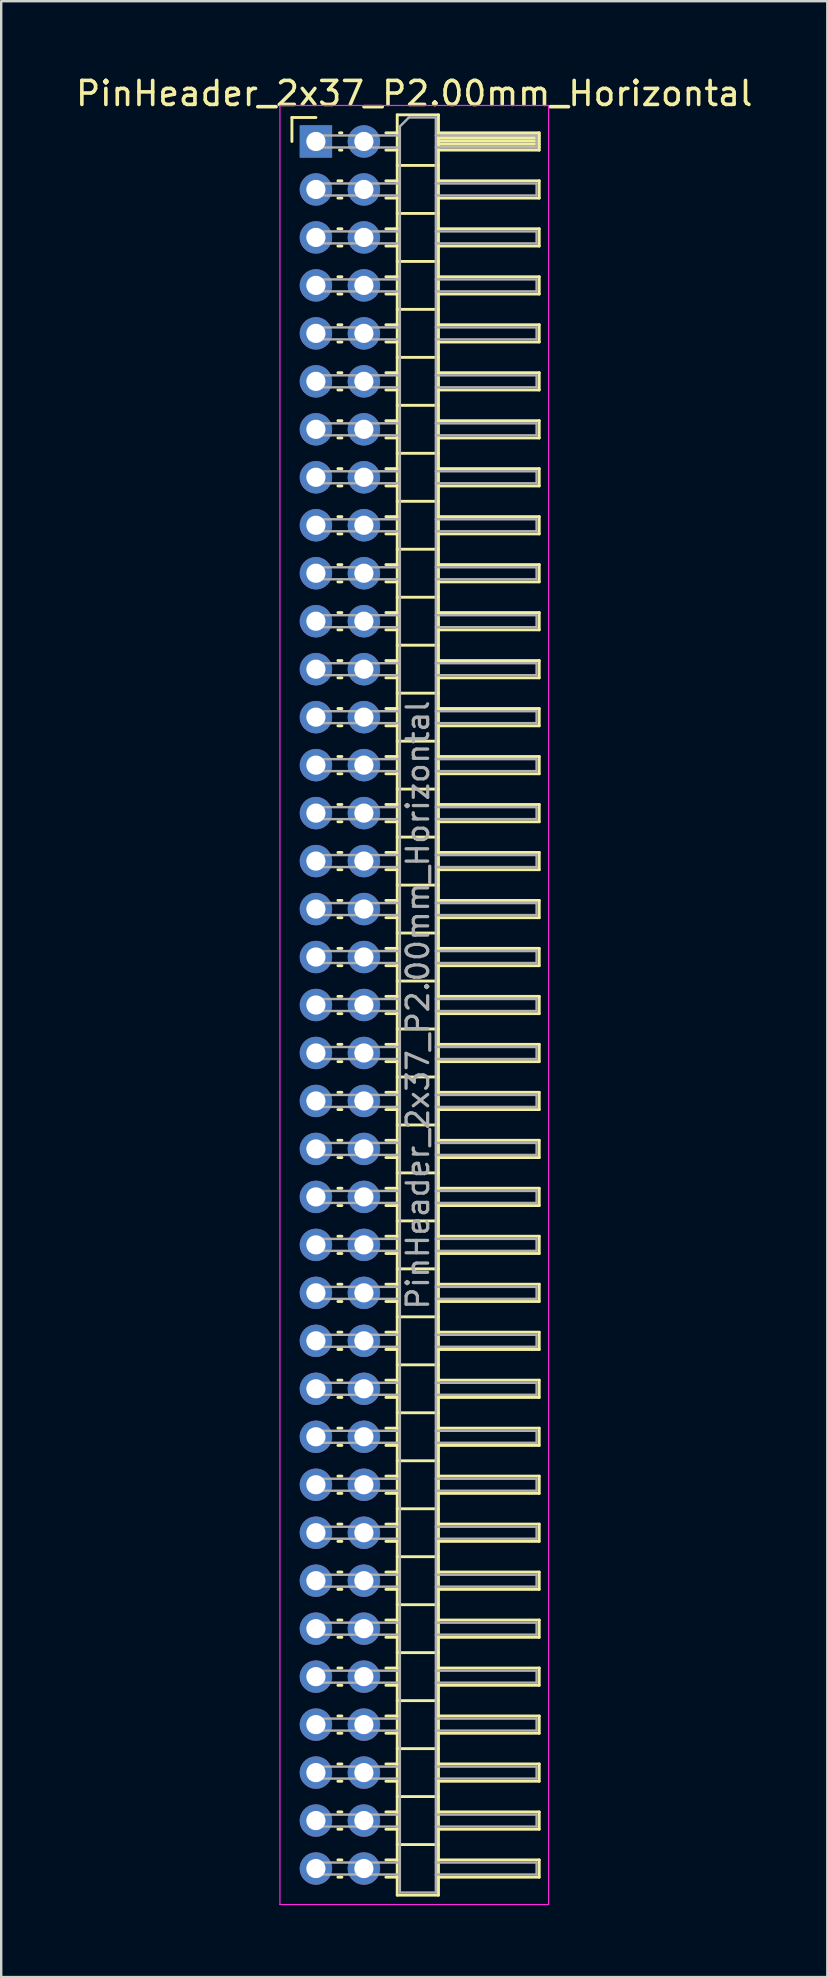
<source format=kicad_pcb>
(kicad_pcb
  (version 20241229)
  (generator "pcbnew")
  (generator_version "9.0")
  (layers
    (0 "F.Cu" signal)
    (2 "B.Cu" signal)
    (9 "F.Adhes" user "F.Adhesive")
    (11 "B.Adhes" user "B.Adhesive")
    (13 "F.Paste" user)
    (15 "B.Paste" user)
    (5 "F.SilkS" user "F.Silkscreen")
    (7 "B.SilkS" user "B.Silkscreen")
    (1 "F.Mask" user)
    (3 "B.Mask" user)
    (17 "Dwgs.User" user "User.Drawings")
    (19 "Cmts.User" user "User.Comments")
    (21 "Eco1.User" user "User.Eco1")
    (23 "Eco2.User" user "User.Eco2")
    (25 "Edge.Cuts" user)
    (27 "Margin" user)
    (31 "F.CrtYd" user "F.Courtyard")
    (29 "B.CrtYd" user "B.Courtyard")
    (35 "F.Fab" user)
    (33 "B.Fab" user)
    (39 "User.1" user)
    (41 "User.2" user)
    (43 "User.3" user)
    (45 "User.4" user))
  (footprint "PinHeader_2x37_P2.00mm_Horizontal"
    (layer "F.Cu")
    (at 10.12 2.848)
    (property "Reference" "PinHeader_2x37_P2.00mm_Horizontal" (at 4.1 -2 0) (layer "F.SilkS") (effects (font (size 1 1) (thickness 0.15))))
    (attr through_hole)
    (fp_line (start -1 -1) (end 0 -1) (stroke (width 0.12) (type solid)) (layer "F.SilkS"))
    (fp_line (start -1 0) (end -1 -1) (stroke (width 0.12) (type solid)) (layer "F.SilkS"))
    (fp_line (start 0.917 1.64) (end 1.083 1.64) (stroke (width 0.12) (type solid)) (layer "F.SilkS"))
    (fp_line (start 0.917 2.36) (end 1.083 2.36) (stroke (width 0.12) (type solid)) (layer "F.SilkS"))
    (fp_line (start 0.917 3.64) (end 1.083 3.64) (stroke (width 0.12) (type solid)) (layer "F.SilkS"))
    (fp_line (start 0.917 4.36) (end 1.083 4.36) (stroke (width 0.12) (type solid)) (layer "F.SilkS"))
    (fp_line (start 0.917 5.64) (end 1.083 5.64) (stroke (width 0.12) (type solid)) (layer "F.SilkS"))
    (fp_line (start 0.917 6.36) (end 1.083 6.36) (stroke (width 0.12) (type solid)) (layer "F.SilkS"))
    (fp_line (start 0.917 7.64) (end 1.083 7.64) (stroke (width 0.12) (type solid)) (layer "F.SilkS"))
    (fp_line (start 0.917 8.36) (end 1.083 8.36) (stroke (width 0.12) (type solid)) (layer "F.SilkS"))
    (fp_line (start 0.917 9.64) (end 1.083 9.64) (stroke (width 0.12) (type solid)) (layer "F.SilkS"))
    (fp_line (start 0.917 10.36) (end 1.083 10.36) (stroke (width 0.12) (type solid)) (layer "F.SilkS"))
    (fp_line (start 0.917 11.64) (end 1.083 11.64) (stroke (width 0.12) (type solid)) (layer "F.SilkS"))
    (fp_line (start 0.917 12.36) (end 1.083 12.36) (stroke (width 0.12) (type solid)) (layer "F.SilkS"))
    (fp_line (start 0.917 13.64) (end 1.083 13.64) (stroke (width 0.12) (type solid)) (layer "F.SilkS"))
    (fp_line (start 0.917 14.36) (end 1.083 14.36) (stroke (width 0.12) (type solid)) (layer "F.SilkS"))
    (fp_line (start 0.917 15.64) (end 1.083 15.64) (stroke (width 0.12) (type solid)) (layer "F.SilkS"))
    (fp_line (start 0.917 16.36) (end 1.083 16.36) (stroke (width 0.12) (type solid)) (layer "F.SilkS"))
    (fp_line (start 0.917 17.64) (end 1.083 17.64) (stroke (width 0.12) (type solid)) (layer "F.SilkS"))
    (fp_line (start 0.917 18.36) (end 1.083 18.36) (stroke (width 0.12) (type solid)) (layer "F.SilkS"))
    (fp_line (start 0.917 19.64) (end 1.083 19.64) (stroke (width 0.12) (type solid)) (layer "F.SilkS"))
    (fp_line (start 0.917 20.36) (end 1.083 20.36) (stroke (width 0.12) (type solid)) (layer "F.SilkS"))
    (fp_line (start 0.917 21.64) (end 1.083 21.64) (stroke (width 0.12) (type solid)) (layer "F.SilkS"))
    (fp_line (start 0.917 22.36) (end 1.083 22.36) (stroke (width 0.12) (type solid)) (layer "F.SilkS"))
    (fp_line (start 0.917 23.64) (end 1.083 23.64) (stroke (width 0.12) (type solid)) (layer "F.SilkS"))
    (fp_line (start 0.917 24.36) (end 1.083 24.36) (stroke (width 0.12) (type solid)) (layer "F.SilkS"))
    (fp_line (start 0.917 25.64) (end 1.083 25.64) (stroke (width 0.12) (type solid)) (layer "F.SilkS"))
    (fp_line (start 0.917 26.36) (end 1.083 26.36) (stroke (width 0.12) (type solid)) (layer "F.SilkS"))
    (fp_line (start 0.917 27.64) (end 1.083 27.64) (stroke (width 0.12) (type solid)) (layer "F.SilkS"))
    (fp_line (start 0.917 28.36) (end 1.083 28.36) (stroke (width 0.12) (type solid)) (layer "F.SilkS"))
    (fp_line (start 0.917 29.64) (end 1.083 29.64) (stroke (width 0.12) (type solid)) (layer "F.SilkS"))
    (fp_line (start 0.917 30.36) (end 1.083 30.36) (stroke (width 0.12) (type solid)) (layer "F.SilkS"))
    (fp_line (start 0.917 31.64) (end 1.083 31.64) (stroke (width 0.12) (type solid)) (layer "F.SilkS"))
    (fp_line (start 0.917 32.36) (end 1.083 32.36) (stroke (width 0.12) (type solid)) (layer "F.SilkS"))
    (fp_line (start 0.917 33.64) (end 1.083 33.64) (stroke (width 0.12) (type solid)) (layer "F.SilkS"))
    (fp_line (start 0.917 34.36) (end 1.083 34.36) (stroke (width 0.12) (type solid)) (layer "F.SilkS"))
    (fp_line (start 0.917 35.64) (end 1.083 35.64) (stroke (width 0.12) (type solid)) (layer "F.SilkS"))
    (fp_line (start 0.917 36.36) (end 1.083 36.36) (stroke (width 0.12) (type solid)) (layer "F.SilkS"))
    (fp_line (start 0.917 37.64) (end 1.083 37.64) (stroke (width 0.12) (type solid)) (layer "F.SilkS"))
    (fp_line (start 0.917 38.36) (end 1.083 38.36) (stroke (width 0.12) (type solid)) (layer "F.SilkS"))
    (fp_line (start 0.917 39.64) (end 1.083 39.64) (stroke (width 0.12) (type solid)) (layer "F.SilkS"))
    (fp_line (start 0.917 40.36) (end 1.083 40.36) (stroke (width 0.12) (type solid)) (layer "F.SilkS"))
    (fp_line (start 0.917 41.64) (end 1.083 41.64) (stroke (width 0.12) (type solid)) (layer "F.SilkS"))
    (fp_line (start 0.917 42.36) (end 1.083 42.36) (stroke (width 0.12) (type solid)) (layer "F.SilkS"))
    (fp_line (start 0.917 43.64) (end 1.083 43.64) (stroke (width 0.12) (type solid)) (layer "F.SilkS"))
    (fp_line (start 0.917 44.36) (end 1.083 44.36) (stroke (width 0.12) (type solid)) (layer "F.SilkS"))
    (fp_line (start 0.917 45.64) (end 1.083 45.64) (stroke (width 0.12) (type solid)) (layer "F.SilkS"))
    (fp_line (start 0.917 46.36) (end 1.083 46.36) (stroke (width 0.12) (type solid)) (layer "F.SilkS"))
    (fp_line (start 0.917 47.64) (end 1.083 47.64) (stroke (width 0.12) (type solid)) (layer "F.SilkS"))
    (fp_line (start 0.917 48.36) (end 1.083 48.36) (stroke (width 0.12) (type solid)) (layer "F.SilkS"))
    (fp_line (start 0.917 49.64) (end 1.083 49.64) (stroke (width 0.12) (type solid)) (layer "F.SilkS"))
    (fp_line (start 0.917 50.36) (end 1.083 50.36) (stroke (width 0.12) (type solid)) (layer "F.SilkS"))
    (fp_line (start 0.917 51.64) (end 1.083 51.64) (stroke (width 0.12) (type solid)) (layer "F.SilkS"))
    (fp_line (start 0.917 52.36) (end 1.083 52.36) (stroke (width 0.12) (type solid)) (layer "F.SilkS"))
    (fp_line (start 0.917 53.64) (end 1.083 53.64) (stroke (width 0.12) (type solid)) (layer "F.SilkS"))
    (fp_line (start 0.917 54.36) (end 1.083 54.36) (stroke (width 0.12) (type solid)) (layer "F.SilkS"))
    (fp_line (start 0.917 55.64) (end 1.083 55.64) (stroke (width 0.12) (type solid)) (layer "F.SilkS"))
    (fp_line (start 0.917 56.36) (end 1.083 56.36) (stroke (width 0.12) (type solid)) (layer "F.SilkS"))
    (fp_line (start 0.917 57.64) (end 1.083 57.64) (stroke (width 0.12) (type solid)) (layer "F.SilkS"))
    (fp_line (start 0.917 58.36) (end 1.083 58.36) (stroke (width 0.12) (type solid)) (layer "F.SilkS"))
    (fp_line (start 0.917 59.64) (end 1.083 59.64) (stroke (width 0.12) (type solid)) (layer "F.SilkS"))
    (fp_line (start 0.917 60.36) (end 1.083 60.36) (stroke (width 0.12) (type solid)) (layer "F.SilkS"))
    (fp_line (start 0.917 61.64) (end 1.083 61.64) (stroke (width 0.12) (type solid)) (layer "F.SilkS"))
    (fp_line (start 0.917 62.36) (end 1.083 62.36) (stroke (width 0.12) (type solid)) (layer "F.SilkS"))
    (fp_line (start 0.917 63.64) (end 1.083 63.64) (stroke (width 0.12) (type solid)) (layer "F.SilkS"))
    (fp_line (start 0.917 64.36) (end 1.083 64.36) (stroke (width 0.12) (type solid)) (layer "F.SilkS"))
    (fp_line (start 0.917 65.64) (end 1.083 65.64) (stroke (width 0.12) (type solid)) (layer "F.SilkS"))
    (fp_line (start 0.917 66.36) (end 1.083 66.36) (stroke (width 0.12) (type solid)) (layer "F.SilkS"))
    (fp_line (start 0.917 67.64) (end 1.083 67.64) (stroke (width 0.12) (type solid)) (layer "F.SilkS"))
    (fp_line (start 0.917 68.36) (end 1.083 68.36) (stroke (width 0.12) (type solid)) (layer "F.SilkS"))
    (fp_line (start 0.917 69.64) (end 1.083 69.64) (stroke (width 0.12) (type solid)) (layer "F.SilkS"))
    (fp_line (start 0.917 70.36) (end 1.083 70.36) (stroke (width 0.12) (type solid)) (layer "F.SilkS"))
    (fp_line (start 0.917 71.64) (end 1.083 71.64) (stroke (width 0.12) (type solid)) (layer "F.SilkS"))
    (fp_line (start 0.917 72.36) (end 1.083 72.36) (stroke (width 0.12) (type solid)) (layer "F.SilkS"))
    (fp_line (start 0.985 -0.36) (end 1.083 -0.36) (stroke (width 0.12) (type solid)) (layer "F.SilkS"))
    (fp_line (start 0.985 0.36) (end 1.083 0.36) (stroke (width 0.12) (type solid)) (layer "F.SilkS"))
    (fp_line (start 2.917 -0.36) (end 3.39 -0.36) (stroke (width 0.12) (type solid)) (layer "F.SilkS"))
    (fp_line (start 2.917 0.36) (end 3.39 0.36) (stroke (width 0.12) (type solid)) (layer "F.SilkS"))
    (fp_line (start 2.917 1.64) (end 3.39 1.64) (stroke (width 0.12) (type solid)) (layer "F.SilkS"))
    (fp_line (start 2.917 2.36) (end 3.39 2.36) (stroke (width 0.12) (type solid)) (layer "F.SilkS"))
    (fp_line (start 2.917 3.64) (end 3.39 3.64) (stroke (width 0.12) (type solid)) (layer "F.SilkS"))
    (fp_line (start 2.917 4.36) (end 3.39 4.36) (stroke (width 0.12) (type solid)) (layer "F.SilkS"))
    (fp_line (start 2.917 5.64) (end 3.39 5.64) (stroke (width 0.12) (type solid)) (layer "F.SilkS"))
    (fp_line (start 2.917 6.36) (end 3.39 6.36) (stroke (width 0.12) (type solid)) (layer "F.SilkS"))
    (fp_line (start 2.917 7.64) (end 3.39 7.64) (stroke (width 0.12) (type solid)) (layer "F.SilkS"))
    (fp_line (start 2.917 8.36) (end 3.39 8.36) (stroke (width 0.12) (type solid)) (layer "F.SilkS"))
    (fp_line (start 2.917 9.64) (end 3.39 9.64) (stroke (width 0.12) (type solid)) (layer "F.SilkS"))
    (fp_line (start 2.917 10.36) (end 3.39 10.36) (stroke (width 0.12) (type solid)) (layer "F.SilkS"))
    (fp_line (start 2.917 11.64) (end 3.39 11.64) (stroke (width 0.12) (type solid)) (layer "F.SilkS"))
    (fp_line (start 2.917 12.36) (end 3.39 12.36) (stroke (width 0.12) (type solid)) (layer "F.SilkS"))
    (fp_line (start 2.917 13.64) (end 3.39 13.64) (stroke (width 0.12) (type solid)) (layer "F.SilkS"))
    (fp_line (start 2.917 14.36) (end 3.39 14.36) (stroke (width 0.12) (type solid)) (layer "F.SilkS"))
    (fp_line (start 2.917 15.64) (end 3.39 15.64) (stroke (width 0.12) (type solid)) (layer "F.SilkS"))
    (fp_line (start 2.917 16.36) (end 3.39 16.36) (stroke (width 0.12) (type solid)) (layer "F.SilkS"))
    (fp_line (start 2.917 17.64) (end 3.39 17.64) (stroke (width 0.12) (type solid)) (layer "F.SilkS"))
    (fp_line (start 2.917 18.36) (end 3.39 18.36) (stroke (width 0.12) (type solid)) (layer "F.SilkS"))
    (fp_line (start 2.917 19.64) (end 3.39 19.64) (stroke (width 0.12) (type solid)) (layer "F.SilkS"))
    (fp_line (start 2.917 20.36) (end 3.39 20.36) (stroke (width 0.12) (type solid)) (layer "F.SilkS"))
    (fp_line (start 2.917 21.64) (end 3.39 21.64) (stroke (width 0.12) (type solid)) (layer "F.SilkS"))
    (fp_line (start 2.917 22.36) (end 3.39 22.36) (stroke (width 0.12) (type solid)) (layer "F.SilkS"))
    (fp_line (start 2.917 23.64) (end 3.39 23.64) (stroke (width 0.12) (type solid)) (layer "F.SilkS"))
    (fp_line (start 2.917 24.36) (end 3.39 24.36) (stroke (width 0.12) (type solid)) (layer "F.SilkS"))
    (fp_line (start 2.917 25.64) (end 3.39 25.64) (stroke (width 0.12) (type solid)) (layer "F.SilkS"))
    (fp_line (start 2.917 26.36) (end 3.39 26.36) (stroke (width 0.12) (type solid)) (layer "F.SilkS"))
    (fp_line (start 2.917 27.64) (end 3.39 27.64) (stroke (width 0.12) (type solid)) (layer "F.SilkS"))
    (fp_line (start 2.917 28.36) (end 3.39 28.36) (stroke (width 0.12) (type solid)) (layer "F.SilkS"))
    (fp_line (start 2.917 29.64) (end 3.39 29.64) (stroke (width 0.12) (type solid)) (layer "F.SilkS"))
    (fp_line (start 2.917 30.36) (end 3.39 30.36) (stroke (width 0.12) (type solid)) (layer "F.SilkS"))
    (fp_line (start 2.917 31.64) (end 3.39 31.64) (stroke (width 0.12) (type solid)) (layer "F.SilkS"))
    (fp_line (start 2.917 32.36) (end 3.39 32.36) (stroke (width 0.12) (type solid)) (layer "F.SilkS"))
    (fp_line (start 2.917 33.64) (end 3.39 33.64) (stroke (width 0.12) (type solid)) (layer "F.SilkS"))
    (fp_line (start 2.917 34.36) (end 3.39 34.36) (stroke (width 0.12) (type solid)) (layer "F.SilkS"))
    (fp_line (start 2.917 35.64) (end 3.39 35.64) (stroke (width 0.12) (type solid)) (layer "F.SilkS"))
    (fp_line (start 2.917 36.36) (end 3.39 36.36) (stroke (width 0.12) (type solid)) (layer "F.SilkS"))
    (fp_line (start 2.917 37.64) (end 3.39 37.64) (stroke (width 0.12) (type solid)) (layer "F.SilkS"))
    (fp_line (start 2.917 38.36) (end 3.39 38.36) (stroke (width 0.12) (type solid)) (layer "F.SilkS"))
    (fp_line (start 2.917 39.64) (end 3.39 39.64) (stroke (width 0.12) (type solid)) (layer "F.SilkS"))
    (fp_line (start 2.917 40.36) (end 3.39 40.36) (stroke (width 0.12) (type solid)) (layer "F.SilkS"))
    (fp_line (start 2.917 41.64) (end 3.39 41.64) (stroke (width 0.12) (type solid)) (layer "F.SilkS"))
    (fp_line (start 2.917 42.36) (end 3.39 42.36) (stroke (width 0.12) (type solid)) (layer "F.SilkS"))
    (fp_line (start 2.917 43.64) (end 3.39 43.64) (stroke (width 0.12) (type solid)) (layer "F.SilkS"))
    (fp_line (start 2.917 44.36) (end 3.39 44.36) (stroke (width 0.12) (type solid)) (layer "F.SilkS"))
    (fp_line (start 2.917 45.64) (end 3.39 45.64) (stroke (width 0.12) (type solid)) (layer "F.SilkS"))
    (fp_line (start 2.917 46.36) (end 3.39 46.36) (stroke (width 0.12) (type solid)) (layer "F.SilkS"))
    (fp_line (start 2.917 47.64) (end 3.39 47.64) (stroke (width 0.12) (type solid)) (layer "F.SilkS"))
    (fp_line (start 2.917 48.36) (end 3.39 48.36) (stroke (width 0.12) (type solid)) (layer "F.SilkS"))
    (fp_line (start 2.917 49.64) (end 3.39 49.64) (stroke (width 0.12) (type solid)) (layer "F.SilkS"))
    (fp_line (start 2.917 50.36) (end 3.39 50.36) (stroke (width 0.12) (type solid)) (layer "F.SilkS"))
    (fp_line (start 2.917 51.64) (end 3.39 51.64) (stroke (width 0.12) (type solid)) (layer "F.SilkS"))
    (fp_line (start 2.917 52.36) (end 3.39 52.36) (stroke (width 0.12) (type solid)) (layer "F.SilkS"))
    (fp_line (start 2.917 53.64) (end 3.39 53.64) (stroke (width 0.12) (type solid)) (layer "F.SilkS"))
    (fp_line (start 2.917 54.36) (end 3.39 54.36) (stroke (width 0.12) (type solid)) (layer "F.SilkS"))
    (fp_line (start 2.917 55.64) (end 3.39 55.64) (stroke (width 0.12) (type solid)) (layer "F.SilkS"))
    (fp_line (start 2.917 56.36) (end 3.39 56.36) (stroke (width 0.12) (type solid)) (layer "F.SilkS"))
    (fp_line (start 2.917 57.64) (end 3.39 57.64) (stroke (width 0.12) (type solid)) (layer "F.SilkS"))
    (fp_line (start 2.917 58.36) (end 3.39 58.36) (stroke (width 0.12) (type solid)) (layer "F.SilkS"))
    (fp_line (start 2.917 59.64) (end 3.39 59.64) (stroke (width 0.12) (type solid)) (layer "F.SilkS"))
    (fp_line (start 2.917 60.36) (end 3.39 60.36) (stroke (width 0.12) (type solid)) (layer "F.SilkS"))
    (fp_line (start 2.917 61.64) (end 3.39 61.64) (stroke (width 0.12) (type solid)) (layer "F.SilkS"))
    (fp_line (start 2.917 62.36) (end 3.39 62.36) (stroke (width 0.12) (type solid)) (layer "F.SilkS"))
    (fp_line (start 2.917 63.64) (end 3.39 63.64) (stroke (width 0.12) (type solid)) (layer "F.SilkS"))
    (fp_line (start 2.917 64.36) (end 3.39 64.36) (stroke (width 0.12) (type solid)) (layer "F.SilkS"))
    (fp_line (start 2.917 65.64) (end 3.39 65.64) (stroke (width 0.12) (type solid)) (layer "F.SilkS"))
    (fp_line (start 2.917 66.36) (end 3.39 66.36) (stroke (width 0.12) (type solid)) (layer "F.SilkS"))
    (fp_line (start 2.917 67.64) (end 3.39 67.64) (stroke (width 0.12) (type solid)) (layer "F.SilkS"))
    (fp_line (start 2.917 68.36) (end 3.39 68.36) (stroke (width 0.12) (type solid)) (layer "F.SilkS"))
    (fp_line (start 2.917 69.64) (end 3.39 69.64) (stroke (width 0.12) (type solid)) (layer "F.SilkS"))
    (fp_line (start 2.917 70.36) (end 3.39 70.36) (stroke (width 0.12) (type solid)) (layer "F.SilkS"))
    (fp_line (start 2.917 71.64) (end 3.39 71.64) (stroke (width 0.12) (type solid)) (layer "F.SilkS"))
    (fp_line (start 2.917 72.36) (end 3.39 72.36) (stroke (width 0.12) (type solid)) (layer "F.SilkS"))
    (fp_line (start 3.39 -1.11) (end 3.39 73.11) (stroke (width 0.12) (type solid)) (layer "F.SilkS"))
    (fp_line (start 3.39 1) (end 5.11 1) (stroke (width 0.12) (type solid)) (layer "F.SilkS"))
    (fp_line (start 3.39 3) (end 5.11 3) (stroke (width 0.12) (type solid)) (layer "F.SilkS"))
    (fp_line (start 3.39 5) (end 5.11 5) (stroke (width 0.12) (type solid)) (layer "F.SilkS"))
    (fp_line (start 3.39 7) (end 5.11 7) (stroke (width 0.12) (type solid)) (layer "F.SilkS"))
    (fp_line (start 3.39 9) (end 5.11 9) (stroke (width 0.12) (type solid)) (layer "F.SilkS"))
    (fp_line (start 3.39 11) (end 5.11 11) (stroke (width 0.12) (type solid)) (layer "F.SilkS"))
    (fp_line (start 3.39 13) (end 5.11 13) (stroke (width 0.12) (type solid)) (layer "F.SilkS"))
    (fp_line (start 3.39 15) (end 5.11 15) (stroke (width 0.12) (type solid)) (layer "F.SilkS"))
    (fp_line (start 3.39 17) (end 5.11 17) (stroke (width 0.12) (type solid)) (layer "F.SilkS"))
    (fp_line (start 3.39 19) (end 5.11 19) (stroke (width 0.12) (type solid)) (layer "F.SilkS"))
    (fp_line (start 3.39 21) (end 5.11 21) (stroke (width 0.12) (type solid)) (layer "F.SilkS"))
    (fp_line (start 3.39 23) (end 5.11 23) (stroke (width 0.12) (type solid)) (layer "F.SilkS"))
    (fp_line (start 3.39 25) (end 5.11 25) (stroke (width 0.12) (type solid)) (layer "F.SilkS"))
    (fp_line (start 3.39 27) (end 5.11 27) (stroke (width 0.12) (type solid)) (layer "F.SilkS"))
    (fp_line (start 3.39 29) (end 5.11 29) (stroke (width 0.12) (type solid)) (layer "F.SilkS"))
    (fp_line (start 3.39 31) (end 5.11 31) (stroke (width 0.12) (type solid)) (layer "F.SilkS"))
    (fp_line (start 3.39 33) (end 5.11 33) (stroke (width 0.12) (type solid)) (layer "F.SilkS"))
    (fp_line (start 3.39 35) (end 5.11 35) (stroke (width 0.12) (type solid)) (layer "F.SilkS"))
    (fp_line (start 3.39 37) (end 5.11 37) (stroke (width 0.12) (type solid)) (layer "F.SilkS"))
    (fp_line (start 3.39 39) (end 5.11 39) (stroke (width 0.12) (type solid)) (layer "F.SilkS"))
    (fp_line (start 3.39 41) (end 5.11 41) (stroke (width 0.12) (type solid)) (layer "F.SilkS"))
    (fp_line (start 3.39 43) (end 5.11 43) (stroke (width 0.12) (type solid)) (layer "F.SilkS"))
    (fp_line (start 3.39 45) (end 5.11 45) (stroke (width 0.12) (type solid)) (layer "F.SilkS"))
    (fp_line (start 3.39 47) (end 5.11 47) (stroke (width 0.12) (type solid)) (layer "F.SilkS"))
    (fp_line (start 3.39 49) (end 5.11 49) (stroke (width 0.12) (type solid)) (layer "F.SilkS"))
    (fp_line (start 3.39 51) (end 5.11 51) (stroke (width 0.12) (type solid)) (layer "F.SilkS"))
    (fp_line (start 3.39 53) (end 5.11 53) (stroke (width 0.12) (type solid)) (layer "F.SilkS"))
    (fp_line (start 3.39 55) (end 5.11 55) (stroke (width 0.12) (type solid)) (layer "F.SilkS"))
    (fp_line (start 3.39 57) (end 5.11 57) (stroke (width 0.12) (type solid)) (layer "F.SilkS"))
    (fp_line (start 3.39 59) (end 5.11 59) (stroke (width 0.12) (type solid)) (layer "F.SilkS"))
    (fp_line (start 3.39 61) (end 5.11 61) (stroke (width 0.12) (type solid)) (layer "F.SilkS"))
    (fp_line (start 3.39 63) (end 5.11 63) (stroke (width 0.12) (type solid)) (layer "F.SilkS"))
    (fp_line (start 3.39 65) (end 5.11 65) (stroke (width 0.12) (type solid)) (layer "F.SilkS"))
    (fp_line (start 3.39 67) (end 5.11 67) (stroke (width 0.12) (type solid)) (layer "F.SilkS"))
    (fp_line (start 3.39 69) (end 5.11 69) (stroke (width 0.12) (type solid)) (layer "F.SilkS"))
    (fp_line (start 3.39 71) (end 5.11 71) (stroke (width 0.12) (type solid)) (layer "F.SilkS"))
    (fp_line (start 3.39 73.11) (end 5.11 73.11) (stroke (width 0.12) (type solid)) (layer "F.SilkS"))
    (fp_line (start 5.11 -1.11) (end 3.39 -1.11) (stroke (width 0.12) (type solid)) (layer "F.SilkS"))
    (fp_line (start 5.11 -0.36) (end 9.31 -0.36) (stroke (width 0.12) (type solid)) (layer "F.SilkS"))
    (fp_line (start 5.11 -0.25) (end 9.31 -0.25) (stroke (width 0.12) (type solid)) (layer "F.SilkS"))
    (fp_line (start 5.11 -0.13) (end 9.31 -0.13) (stroke (width 0.12) (type solid)) (layer "F.SilkS"))
    (fp_line (start 5.11 -0.01) (end 9.31 -0.01) (stroke (width 0.12) (type solid)) (layer "F.SilkS"))
    (fp_line (start 5.11 0.11) (end 9.31 0.11) (stroke (width 0.12) (type solid)) (layer "F.SilkS"))
    (fp_line (start 5.11 0.23) (end 9.31 0.23) (stroke (width 0.12) (type solid)) (layer "F.SilkS"))
    (fp_line (start 5.11 1.64) (end 9.31 1.64) (stroke (width 0.12) (type solid)) (layer "F.SilkS"))
    (fp_line (start 5.11 3.64) (end 9.31 3.64) (stroke (width 0.12) (type solid)) (layer "F.SilkS"))
    (fp_line (start 5.11 5.64) (end 9.31 5.64) (stroke (width 0.12) (type solid)) (layer "F.SilkS"))
    (fp_line (start 5.11 7.64) (end 9.31 7.64) (stroke (width 0.12) (type solid)) (layer "F.SilkS"))
    (fp_line (start 5.11 9.64) (end 9.31 9.64) (stroke (width 0.12) (type solid)) (layer "F.SilkS"))
    (fp_line (start 5.11 11.64) (end 9.31 11.64) (stroke (width 0.12) (type solid)) (layer "F.SilkS"))
    (fp_line (start 5.11 13.64) (end 9.31 13.64) (stroke (width 0.12) (type solid)) (layer "F.SilkS"))
    (fp_line (start 5.11 15.64) (end 9.31 15.64) (stroke (width 0.12) (type solid)) (layer "F.SilkS"))
    (fp_line (start 5.11 17.64) (end 9.31 17.64) (stroke (width 0.12) (type solid)) (layer "F.SilkS"))
    (fp_line (start 5.11 19.64) (end 9.31 19.64) (stroke (width 0.12) (type solid)) (layer "F.SilkS"))
    (fp_line (start 5.11 21.64) (end 9.31 21.64) (stroke (width 0.12) (type solid)) (layer "F.SilkS"))
    (fp_line (start 5.11 23.64) (end 9.31 23.64) (stroke (width 0.12) (type solid)) (layer "F.SilkS"))
    (fp_line (start 5.11 25.64) (end 9.31 25.64) (stroke (width 0.12) (type solid)) (layer "F.SilkS"))
    (fp_line (start 5.11 27.64) (end 9.31 27.64) (stroke (width 0.12) (type solid)) (layer "F.SilkS"))
    (fp_line (start 5.11 29.64) (end 9.31 29.64) (stroke (width 0.12) (type solid)) (layer "F.SilkS"))
    (fp_line (start 5.11 31.64) (end 9.31 31.64) (stroke (width 0.12) (type solid)) (layer "F.SilkS"))
    (fp_line (start 5.11 33.64) (end 9.31 33.64) (stroke (width 0.12) (type solid)) (layer "F.SilkS"))
    (fp_line (start 5.11 35.64) (end 9.31 35.64) (stroke (width 0.12) (type solid)) (layer "F.SilkS"))
    (fp_line (start 5.11 37.64) (end 9.31 37.64) (stroke (width 0.12) (type solid)) (layer "F.SilkS"))
    (fp_line (start 5.11 39.64) (end 9.31 39.64) (stroke (width 0.12) (type solid)) (layer "F.SilkS"))
    (fp_line (start 5.11 41.64) (end 9.31 41.64) (stroke (width 0.12) (type solid)) (layer "F.SilkS"))
    (fp_line (start 5.11 43.64) (end 9.31 43.64) (stroke (width 0.12) (type solid)) (layer "F.SilkS"))
    (fp_line (start 5.11 45.64) (end 9.31 45.64) (stroke (width 0.12) (type solid)) (layer "F.SilkS"))
    (fp_line (start 5.11 47.64) (end 9.31 47.64) (stroke (width 0.12) (type solid)) (layer "F.SilkS"))
    (fp_line (start 5.11 49.64) (end 9.31 49.64) (stroke (width 0.12) (type solid)) (layer "F.SilkS"))
    (fp_line (start 5.11 51.64) (end 9.31 51.64) (stroke (width 0.12) (type solid)) (layer "F.SilkS"))
    (fp_line (start 5.11 53.64) (end 9.31 53.64) (stroke (width 0.12) (type solid)) (layer "F.SilkS"))
    (fp_line (start 5.11 55.64) (end 9.31 55.64) (stroke (width 0.12) (type solid)) (layer "F.SilkS"))
    (fp_line (start 5.11 57.64) (end 9.31 57.64) (stroke (width 0.12) (type solid)) (layer "F.SilkS"))
    (fp_line (start 5.11 59.64) (end 9.31 59.64) (stroke (width 0.12) (type solid)) (layer "F.SilkS"))
    (fp_line (start 5.11 61.64) (end 9.31 61.64) (stroke (width 0.12) (type solid)) (layer "F.SilkS"))
    (fp_line (start 5.11 63.64) (end 9.31 63.64) (stroke (width 0.12) (type solid)) (layer "F.SilkS"))
    (fp_line (start 5.11 65.64) (end 9.31 65.64) (stroke (width 0.12) (type solid)) (layer "F.SilkS"))
    (fp_line (start 5.11 67.64) (end 9.31 67.64) (stroke (width 0.12) (type solid)) (layer "F.SilkS"))
    (fp_line (start 5.11 69.64) (end 9.31 69.64) (stroke (width 0.12) (type solid)) (layer "F.SilkS"))
    (fp_line (start 5.11 71.64) (end 9.31 71.64) (stroke (width 0.12) (type solid)) (layer "F.SilkS"))
    (fp_line (start 5.11 73.11) (end 5.11 -1.11) (stroke (width 0.12) (type solid)) (layer "F.SilkS"))
    (fp_line (start 9.31 -0.36) (end 9.31 0.36) (stroke (width 0.12) (type solid)) (layer "F.SilkS"))
    (fp_line (start 9.31 0.36) (end 5.11 0.36) (stroke (width 0.12) (type solid)) (layer "F.SilkS"))
    (fp_line (start 9.31 1.64) (end 9.31 2.36) (stroke (width 0.12) (type solid)) (layer "F.SilkS"))
    (fp_line (start 9.31 2.36) (end 5.11 2.36) (stroke (width 0.12) (type solid)) (layer "F.SilkS"))
    (fp_line (start 9.31 3.64) (end 9.31 4.36) (stroke (width 0.12) (type solid)) (layer "F.SilkS"))
    (fp_line (start 9.31 4.36) (end 5.11 4.36) (stroke (width 0.12) (type solid)) (layer "F.SilkS"))
    (fp_line (start 9.31 5.64) (end 9.31 6.36) (stroke (width 0.12) (type solid)) (layer "F.SilkS"))
    (fp_line (start 9.31 6.36) (end 5.11 6.36) (stroke (width 0.12) (type solid)) (layer "F.SilkS"))
    (fp_line (start 9.31 7.64) (end 9.31 8.36) (stroke (width 0.12) (type solid)) (layer "F.SilkS"))
    (fp_line (start 9.31 8.36) (end 5.11 8.36) (stroke (width 0.12) (type solid)) (layer "F.SilkS"))
    (fp_line (start 9.31 9.64) (end 9.31 10.36) (stroke (width 0.12) (type solid)) (layer "F.SilkS"))
    (fp_line (start 9.31 10.36) (end 5.11 10.36) (stroke (width 0.12) (type solid)) (layer "F.SilkS"))
    (fp_line (start 9.31 11.64) (end 9.31 12.36) (stroke (width 0.12) (type solid)) (layer "F.SilkS"))
    (fp_line (start 9.31 12.36) (end 5.11 12.36) (stroke (width 0.12) (type solid)) (layer "F.SilkS"))
    (fp_line (start 9.31 13.64) (end 9.31 14.36) (stroke (width 0.12) (type solid)) (layer "F.SilkS"))
    (fp_line (start 9.31 14.36) (end 5.11 14.36) (stroke (width 0.12) (type solid)) (layer "F.SilkS"))
    (fp_line (start 9.31 15.64) (end 9.31 16.36) (stroke (width 0.12) (type solid)) (layer "F.SilkS"))
    (fp_line (start 9.31 16.36) (end 5.11 16.36) (stroke (width 0.12) (type solid)) (layer "F.SilkS"))
    (fp_line (start 9.31 17.64) (end 9.31 18.36) (stroke (width 0.12) (type solid)) (layer "F.SilkS"))
    (fp_line (start 9.31 18.36) (end 5.11 18.36) (stroke (width 0.12) (type solid)) (layer "F.SilkS"))
    (fp_line (start 9.31 19.64) (end 9.31 20.36) (stroke (width 0.12) (type solid)) (layer "F.SilkS"))
    (fp_line (start 9.31 20.36) (end 5.11 20.36) (stroke (width 0.12) (type solid)) (layer "F.SilkS"))
    (fp_line (start 9.31 21.64) (end 9.31 22.36) (stroke (width 0.12) (type solid)) (layer "F.SilkS"))
    (fp_line (start 9.31 22.36) (end 5.11 22.36) (stroke (width 0.12) (type solid)) (layer "F.SilkS"))
    (fp_line (start 9.31 23.64) (end 9.31 24.36) (stroke (width 0.12) (type solid)) (layer "F.SilkS"))
    (fp_line (start 9.31 24.36) (end 5.11 24.36) (stroke (width 0.12) (type solid)) (layer "F.SilkS"))
    (fp_line (start 9.31 25.64) (end 9.31 26.36) (stroke (width 0.12) (type solid)) (layer "F.SilkS"))
    (fp_line (start 9.31 26.36) (end 5.11 26.36) (stroke (width 0.12) (type solid)) (layer "F.SilkS"))
    (fp_line (start 9.31 27.64) (end 9.31 28.36) (stroke (width 0.12) (type solid)) (layer "F.SilkS"))
    (fp_line (start 9.31 28.36) (end 5.11 28.36) (stroke (width 0.12) (type solid)) (layer "F.SilkS"))
    (fp_line (start 9.31 29.64) (end 9.31 30.36) (stroke (width 0.12) (type solid)) (layer "F.SilkS"))
    (fp_line (start 9.31 30.36) (end 5.11 30.36) (stroke (width 0.12) (type solid)) (layer "F.SilkS"))
    (fp_line (start 9.31 31.64) (end 9.31 32.36) (stroke (width 0.12) (type solid)) (layer "F.SilkS"))
    (fp_line (start 9.31 32.36) (end 5.11 32.36) (stroke (width 0.12) (type solid)) (layer "F.SilkS"))
    (fp_line (start 9.31 33.64) (end 9.31 34.36) (stroke (width 0.12) (type solid)) (layer "F.SilkS"))
    (fp_line (start 9.31 34.36) (end 5.11 34.36) (stroke (width 0.12) (type solid)) (layer "F.SilkS"))
    (fp_line (start 9.31 35.64) (end 9.31 36.36) (stroke (width 0.12) (type solid)) (layer "F.SilkS"))
    (fp_line (start 9.31 36.36) (end 5.11 36.36) (stroke (width 0.12) (type solid)) (layer "F.SilkS"))
    (fp_line (start 9.31 37.64) (end 9.31 38.36) (stroke (width 0.12) (type solid)) (layer "F.SilkS"))
    (fp_line (start 9.31 38.36) (end 5.11 38.36) (stroke (width 0.12) (type solid)) (layer "F.SilkS"))
    (fp_line (start 9.31 39.64) (end 9.31 40.36) (stroke (width 0.12) (type solid)) (layer "F.SilkS"))
    (fp_line (start 9.31 40.36) (end 5.11 40.36) (stroke (width 0.12) (type solid)) (layer "F.SilkS"))
    (fp_line (start 9.31 41.64) (end 9.31 42.36) (stroke (width 0.12) (type solid)) (layer "F.SilkS"))
    (fp_line (start 9.31 42.36) (end 5.11 42.36) (stroke (width 0.12) (type solid)) (layer "F.SilkS"))
    (fp_line (start 9.31 43.64) (end 9.31 44.36) (stroke (width 0.12) (type solid)) (layer "F.SilkS"))
    (fp_line (start 9.31 44.36) (end 5.11 44.36) (stroke (width 0.12) (type solid)) (layer "F.SilkS"))
    (fp_line (start 9.31 45.64) (end 9.31 46.36) (stroke (width 0.12) (type solid)) (layer "F.SilkS"))
    (fp_line (start 9.31 46.36) (end 5.11 46.36) (stroke (width 0.12) (type solid)) (layer "F.SilkS"))
    (fp_line (start 9.31 47.64) (end 9.31 48.36) (stroke (width 0.12) (type solid)) (layer "F.SilkS"))
    (fp_line (start 9.31 48.36) (end 5.11 48.36) (stroke (width 0.12) (type solid)) (layer "F.SilkS"))
    (fp_line (start 9.31 49.64) (end 9.31 50.36) (stroke (width 0.12) (type solid)) (layer "F.SilkS"))
    (fp_line (start 9.31 50.36) (end 5.11 50.36) (stroke (width 0.12) (type solid)) (layer "F.SilkS"))
    (fp_line (start 9.31 51.64) (end 9.31 52.36) (stroke (width 0.12) (type solid)) (layer "F.SilkS"))
    (fp_line (start 9.31 52.36) (end 5.11 52.36) (stroke (width 0.12) (type solid)) (layer "F.SilkS"))
    (fp_line (start 9.31 53.64) (end 9.31 54.36) (stroke (width 0.12) (type solid)) (layer "F.SilkS"))
    (fp_line (start 9.31 54.36) (end 5.11 54.36) (stroke (width 0.12) (type solid)) (layer "F.SilkS"))
    (fp_line (start 9.31 55.64) (end 9.31 56.36) (stroke (width 0.12) (type solid)) (layer "F.SilkS"))
    (fp_line (start 9.31 56.36) (end 5.11 56.36) (stroke (width 0.12) (type solid)) (layer "F.SilkS"))
    (fp_line (start 9.31 57.64) (end 9.31 58.36) (stroke (width 0.12) (type solid)) (layer "F.SilkS"))
    (fp_line (start 9.31 58.36) (end 5.11 58.36) (stroke (width 0.12) (type solid)) (layer "F.SilkS"))
    (fp_line (start 9.31 59.64) (end 9.31 60.36) (stroke (width 0.12) (type solid)) (layer "F.SilkS"))
    (fp_line (start 9.31 60.36) (end 5.11 60.36) (stroke (width 0.12) (type solid)) (layer "F.SilkS"))
    (fp_line (start 9.31 61.64) (end 9.31 62.36) (stroke (width 0.12) (type solid)) (layer "F.SilkS"))
    (fp_line (start 9.31 62.36) (end 5.11 62.36) (stroke (width 0.12) (type solid)) (layer "F.SilkS"))
    (fp_line (start 9.31 63.64) (end 9.31 64.36) (stroke (width 0.12) (type solid)) (layer "F.SilkS"))
    (fp_line (start 9.31 64.36) (end 5.11 64.36) (stroke (width 0.12) (type solid)) (layer "F.SilkS"))
    (fp_line (start 9.31 65.64) (end 9.31 66.36) (stroke (width 0.12) (type solid)) (layer "F.SilkS"))
    (fp_line (start 9.31 66.36) (end 5.11 66.36) (stroke (width 0.12) (type solid)) (layer "F.SilkS"))
    (fp_line (start 9.31 67.64) (end 9.31 68.36) (stroke (width 0.12) (type solid)) (layer "F.SilkS"))
    (fp_line (start 9.31 68.36) (end 5.11 68.36) (stroke (width 0.12) (type solid)) (layer "F.SilkS"))
    (fp_line (start 9.31 69.64) (end 9.31 70.36) (stroke (width 0.12) (type solid)) (layer "F.SilkS"))
    (fp_line (start 9.31 70.36) (end 5.11 70.36) (stroke (width 0.12) (type solid)) (layer "F.SilkS"))
    (fp_line (start 9.31 71.64) (end 9.31 72.36) (stroke (width 0.12) (type solid)) (layer "F.SilkS"))
    (fp_line (start 9.31 72.36) (end 5.11 72.36) (stroke (width 0.12) (type solid)) (layer "F.SilkS"))
    (fp_line (start -1.5 -1.5) (end -1.5 73.5) (stroke (width 0.05) (type solid)) (layer "F.CrtYd"))
    (fp_line (start -1.5 73.5) (end 9.7 73.5) (stroke (width 0.05) (type solid)) (layer "F.CrtYd"))
    (fp_line (start 9.7 -1.5) (end -1.5 -1.5) (stroke (width 0.05) (type solid)) (layer "F.CrtYd"))
    (fp_line (start 9.7 73.5) (end 9.7 -1.5) (stroke (width 0.05) (type solid)) (layer "F.CrtYd"))
    (fp_line (start -0.25 -0.25) (end -0.25 0.25) (stroke (width 0.1) (type solid)) (layer "F.Fab"))
    (fp_line (start -0.25 -0.25) (end 3.5 -0.25) (stroke (width 0.1) (type solid)) (layer "F.Fab"))
    (fp_line (start -0.25 0.25) (end 3.5 0.25) (stroke (width 0.1) (type solid)) (layer "F.Fab"))
    (fp_line (start -0.25 1.75) (end -0.25 2.25) (stroke (width 0.1) (type solid)) (layer "F.Fab"))
    (fp_line (start -0.25 1.75) (end 3.5 1.75) (stroke (width 0.1) (type solid)) (layer "F.Fab"))
    (fp_line (start -0.25 2.25) (end 3.5 2.25) (stroke (width 0.1) (type solid)) (layer "F.Fab"))
    (fp_line (start -0.25 3.75) (end -0.25 4.25) (stroke (width 0.1) (type solid)) (layer "F.Fab"))
    (fp_line (start -0.25 3.75) (end 3.5 3.75) (stroke (width 0.1) (type solid)) (layer "F.Fab"))
    (fp_line (start -0.25 4.25) (end 3.5 4.25) (stroke (width 0.1) (type solid)) (layer "F.Fab"))
    (fp_line (start -0.25 5.75) (end -0.25 6.25) (stroke (width 0.1) (type solid)) (layer "F.Fab"))
    (fp_line (start -0.25 5.75) (end 3.5 5.75) (stroke (width 0.1) (type solid)) (layer "F.Fab"))
    (fp_line (start -0.25 6.25) (end 3.5 6.25) (stroke (width 0.1) (type solid)) (layer "F.Fab"))
    (fp_line (start -0.25 7.75) (end -0.25 8.25) (stroke (width 0.1) (type solid)) (layer "F.Fab"))
    (fp_line (start -0.25 7.75) (end 3.5 7.75) (stroke (width 0.1) (type solid)) (layer "F.Fab"))
    (fp_line (start -0.25 8.25) (end 3.5 8.25) (stroke (width 0.1) (type solid)) (layer "F.Fab"))
    (fp_line (start -0.25 9.75) (end -0.25 10.25) (stroke (width 0.1) (type solid)) (layer "F.Fab"))
    (fp_line (start -0.25 9.75) (end 3.5 9.75) (stroke (width 0.1) (type solid)) (layer "F.Fab"))
    (fp_line (start -0.25 10.25) (end 3.5 10.25) (stroke (width 0.1) (type solid)) (layer "F.Fab"))
    (fp_line (start -0.25 11.75) (end -0.25 12.25) (stroke (width 0.1) (type solid)) (layer "F.Fab"))
    (fp_line (start -0.25 11.75) (end 3.5 11.75) (stroke (width 0.1) (type solid)) (layer "F.Fab"))
    (fp_line (start -0.25 12.25) (end 3.5 12.25) (stroke (width 0.1) (type solid)) (layer "F.Fab"))
    (fp_line (start -0.25 13.75) (end -0.25 14.25) (stroke (width 0.1) (type solid)) (layer "F.Fab"))
    (fp_line (start -0.25 13.75) (end 3.5 13.75) (stroke (width 0.1) (type solid)) (layer "F.Fab"))
    (fp_line (start -0.25 14.25) (end 3.5 14.25) (stroke (width 0.1) (type solid)) (layer "F.Fab"))
    (fp_line (start -0.25 15.75) (end -0.25 16.25) (stroke (width 0.1) (type solid)) (layer "F.Fab"))
    (fp_line (start -0.25 15.75) (end 3.5 15.75) (stroke (width 0.1) (type solid)) (layer "F.Fab"))
    (fp_line (start -0.25 16.25) (end 3.5 16.25) (stroke (width 0.1) (type solid)) (layer "F.Fab"))
    (fp_line (start -0.25 17.75) (end -0.25 18.25) (stroke (width 0.1) (type solid)) (layer "F.Fab"))
    (fp_line (start -0.25 17.75) (end 3.5 17.75) (stroke (width 0.1) (type solid)) (layer "F.Fab"))
    (fp_line (start -0.25 18.25) (end 3.5 18.25) (stroke (width 0.1) (type solid)) (layer "F.Fab"))
    (fp_line (start -0.25 19.75) (end -0.25 20.25) (stroke (width 0.1) (type solid)) (layer "F.Fab"))
    (fp_line (start -0.25 19.75) (end 3.5 19.75) (stroke (width 0.1) (type solid)) (layer "F.Fab"))
    (fp_line (start -0.25 20.25) (end 3.5 20.25) (stroke (width 0.1) (type solid)) (layer "F.Fab"))
    (fp_line (start -0.25 21.75) (end -0.25 22.25) (stroke (width 0.1) (type solid)) (layer "F.Fab"))
    (fp_line (start -0.25 21.75) (end 3.5 21.75) (stroke (width 0.1) (type solid)) (layer "F.Fab"))
    (fp_line (start -0.25 22.25) (end 3.5 22.25) (stroke (width 0.1) (type solid)) (layer "F.Fab"))
    (fp_line (start -0.25 23.75) (end -0.25 24.25) (stroke (width 0.1) (type solid)) (layer "F.Fab"))
    (fp_line (start -0.25 23.75) (end 3.5 23.75) (stroke (width 0.1) (type solid)) (layer "F.Fab"))
    (fp_line (start -0.25 24.25) (end 3.5 24.25) (stroke (width 0.1) (type solid)) (layer "F.Fab"))
    (fp_line (start -0.25 25.75) (end -0.25 26.25) (stroke (width 0.1) (type solid)) (layer "F.Fab"))
    (fp_line (start -0.25 25.75) (end 3.5 25.75) (stroke (width 0.1) (type solid)) (layer "F.Fab"))
    (fp_line (start -0.25 26.25) (end 3.5 26.25) (stroke (width 0.1) (type solid)) (layer "F.Fab"))
    (fp_line (start -0.25 27.75) (end -0.25 28.25) (stroke (width 0.1) (type solid)) (layer "F.Fab"))
    (fp_line (start -0.25 27.75) (end 3.5 27.75) (stroke (width 0.1) (type solid)) (layer "F.Fab"))
    (fp_line (start -0.25 28.25) (end 3.5 28.25) (stroke (width 0.1) (type solid)) (layer "F.Fab"))
    (fp_line (start -0.25 29.75) (end -0.25 30.25) (stroke (width 0.1) (type solid)) (layer "F.Fab"))
    (fp_line (start -0.25 29.75) (end 3.5 29.75) (stroke (width 0.1) (type solid)) (layer "F.Fab"))
    (fp_line (start -0.25 30.25) (end 3.5 30.25) (stroke (width 0.1) (type solid)) (layer "F.Fab"))
    (fp_line (start -0.25 31.75) (end -0.25 32.25) (stroke (width 0.1) (type solid)) (layer "F.Fab"))
    (fp_line (start -0.25 31.75) (end 3.5 31.75) (stroke (width 0.1) (type solid)) (layer "F.Fab"))
    (fp_line (start -0.25 32.25) (end 3.5 32.25) (stroke (width 0.1) (type solid)) (layer "F.Fab"))
    (fp_line (start -0.25 33.75) (end -0.25 34.25) (stroke (width 0.1) (type solid)) (layer "F.Fab"))
    (fp_line (start -0.25 33.75) (end 3.5 33.75) (stroke (width 0.1) (type solid)) (layer "F.Fab"))
    (fp_line (start -0.25 34.25) (end 3.5 34.25) (stroke (width 0.1) (type solid)) (layer "F.Fab"))
    (fp_line (start -0.25 35.75) (end -0.25 36.25) (stroke (width 0.1) (type solid)) (layer "F.Fab"))
    (fp_line (start -0.25 35.75) (end 3.5 35.75) (stroke (width 0.1) (type solid)) (layer "F.Fab"))
    (fp_line (start -0.25 36.25) (end 3.5 36.25) (stroke (width 0.1) (type solid)) (layer "F.Fab"))
    (fp_line (start -0.25 37.75) (end -0.25 38.25) (stroke (width 0.1) (type solid)) (layer "F.Fab"))
    (fp_line (start -0.25 37.75) (end 3.5 37.75) (stroke (width 0.1) (type solid)) (layer "F.Fab"))
    (fp_line (start -0.25 38.25) (end 3.5 38.25) (stroke (width 0.1) (type solid)) (layer "F.Fab"))
    (fp_line (start -0.25 39.75) (end -0.25 40.25) (stroke (width 0.1) (type solid)) (layer "F.Fab"))
    (fp_line (start -0.25 39.75) (end 3.5 39.75) (stroke (width 0.1) (type solid)) (layer "F.Fab"))
    (fp_line (start -0.25 40.25) (end 3.5 40.25) (stroke (width 0.1) (type solid)) (layer "F.Fab"))
    (fp_line (start -0.25 41.75) (end -0.25 42.25) (stroke (width 0.1) (type solid)) (layer "F.Fab"))
    (fp_line (start -0.25 41.75) (end 3.5 41.75) (stroke (width 0.1) (type solid)) (layer "F.Fab"))
    (fp_line (start -0.25 42.25) (end 3.5 42.25) (stroke (width 0.1) (type solid)) (layer "F.Fab"))
    (fp_line (start -0.25 43.75) (end -0.25 44.25) (stroke (width 0.1) (type solid)) (layer "F.Fab"))
    (fp_line (start -0.25 43.75) (end 3.5 43.75) (stroke (width 0.1) (type solid)) (layer "F.Fab"))
    (fp_line (start -0.25 44.25) (end 3.5 44.25) (stroke (width 0.1) (type solid)) (layer "F.Fab"))
    (fp_line (start -0.25 45.75) (end -0.25 46.25) (stroke (width 0.1) (type solid)) (layer "F.Fab"))
    (fp_line (start -0.25 45.75) (end 3.5 45.75) (stroke (width 0.1) (type solid)) (layer "F.Fab"))
    (fp_line (start -0.25 46.25) (end 3.5 46.25) (stroke (width 0.1) (type solid)) (layer "F.Fab"))
    (fp_line (start -0.25 47.75) (end -0.25 48.25) (stroke (width 0.1) (type solid)) (layer "F.Fab"))
    (fp_line (start -0.25 47.75) (end 3.5 47.75) (stroke (width 0.1) (type solid)) (layer "F.Fab"))
    (fp_line (start -0.25 48.25) (end 3.5 48.25) (stroke (width 0.1) (type solid)) (layer "F.Fab"))
    (fp_line (start -0.25 49.75) (end -0.25 50.25) (stroke (width 0.1) (type solid)) (layer "F.Fab"))
    (fp_line (start -0.25 49.75) (end 3.5 49.75) (stroke (width 0.1) (type solid)) (layer "F.Fab"))
    (fp_line (start -0.25 50.25) (end 3.5 50.25) (stroke (width 0.1) (type solid)) (layer "F.Fab"))
    (fp_line (start -0.25 51.75) (end -0.25 52.25) (stroke (width 0.1) (type solid)) (layer "F.Fab"))
    (fp_line (start -0.25 51.75) (end 3.5 51.75) (stroke (width 0.1) (type solid)) (layer "F.Fab"))
    (fp_line (start -0.25 52.25) (end 3.5 52.25) (stroke (width 0.1) (type solid)) (layer "F.Fab"))
    (fp_line (start -0.25 53.75) (end -0.25 54.25) (stroke (width 0.1) (type solid)) (layer "F.Fab"))
    (fp_line (start -0.25 53.75) (end 3.5 53.75) (stroke (width 0.1) (type solid)) (layer "F.Fab"))
    (fp_line (start -0.25 54.25) (end 3.5 54.25) (stroke (width 0.1) (type solid)) (layer "F.Fab"))
    (fp_line (start -0.25 55.75) (end -0.25 56.25) (stroke (width 0.1) (type solid)) (layer "F.Fab"))
    (fp_line (start -0.25 55.75) (end 3.5 55.75) (stroke (width 0.1) (type solid)) (layer "F.Fab"))
    (fp_line (start -0.25 56.25) (end 3.5 56.25) (stroke (width 0.1) (type solid)) (layer "F.Fab"))
    (fp_line (start -0.25 57.75) (end -0.25 58.25) (stroke (width 0.1) (type solid)) (layer "F.Fab"))
    (fp_line (start -0.25 57.75) (end 3.5 57.75) (stroke (width 0.1) (type solid)) (layer "F.Fab"))
    (fp_line (start -0.25 58.25) (end 3.5 58.25) (stroke (width 0.1) (type solid)) (layer "F.Fab"))
    (fp_line (start -0.25 59.75) (end -0.25 60.25) (stroke (width 0.1) (type solid)) (layer "F.Fab"))
    (fp_line (start -0.25 59.75) (end 3.5 59.75) (stroke (width 0.1) (type solid)) (layer "F.Fab"))
    (fp_line (start -0.25 60.25) (end 3.5 60.25) (stroke (width 0.1) (type solid)) (layer "F.Fab"))
    (fp_line (start -0.25 61.75) (end -0.25 62.25) (stroke (width 0.1) (type solid)) (layer "F.Fab"))
    (fp_line (start -0.25 61.75) (end 3.5 61.75) (stroke (width 0.1) (type solid)) (layer "F.Fab"))
    (fp_line (start -0.25 62.25) (end 3.5 62.25) (stroke (width 0.1) (type solid)) (layer "F.Fab"))
    (fp_line (start -0.25 63.75) (end -0.25 64.25) (stroke (width 0.1) (type solid)) (layer "F.Fab"))
    (fp_line (start -0.25 63.75) (end 3.5 63.75) (stroke (width 0.1) (type solid)) (layer "F.Fab"))
    (fp_line (start -0.25 64.25) (end 3.5 64.25) (stroke (width 0.1) (type solid)) (layer "F.Fab"))
    (fp_line (start -0.25 65.75) (end -0.25 66.25) (stroke (width 0.1) (type solid)) (layer "F.Fab"))
    (fp_line (start -0.25 65.75) (end 3.5 65.75) (stroke (width 0.1) (type solid)) (layer "F.Fab"))
    (fp_line (start -0.25 66.25) (end 3.5 66.25) (stroke (width 0.1) (type solid)) (layer "F.Fab"))
    (fp_line (start -0.25 67.75) (end -0.25 68.25) (stroke (width 0.1) (type solid)) (layer "F.Fab"))
    (fp_line (start -0.25 67.75) (end 3.5 67.75) (stroke (width 0.1) (type solid)) (layer "F.Fab"))
    (fp_line (start -0.25 68.25) (end 3.5 68.25) (stroke (width 0.1) (type solid)) (layer "F.Fab"))
    (fp_line (start -0.25 69.75) (end -0.25 70.25) (stroke (width 0.1) (type solid)) (layer "F.Fab"))
    (fp_line (start -0.25 69.75) (end 3.5 69.75) (stroke (width 0.1) (type solid)) (layer "F.Fab"))
    (fp_line (start -0.25 70.25) (end 3.5 70.25) (stroke (width 0.1) (type solid)) (layer "F.Fab"))
    (fp_line (start -0.25 71.75) (end -0.25 72.25) (stroke (width 0.1) (type solid)) (layer "F.Fab"))
    (fp_line (start -0.25 71.75) (end 3.5 71.75) (stroke (width 0.1) (type solid)) (layer "F.Fab"))
    (fp_line (start -0.25 72.25) (end 3.5 72.25) (stroke (width 0.1) (type solid)) (layer "F.Fab"))
    (fp_line (start 3.5 -0.625) (end 3.875 -1) (stroke (width 0.1) (type solid)) (layer "F.Fab"))
    (fp_line (start 3.5 73) (end 3.5 -0.625) (stroke (width 0.1) (type solid)) (layer "F.Fab"))
    (fp_line (start 3.875 -1) (end 5 -1) (stroke (width 0.1) (type solid)) (layer "F.Fab"))
    (fp_line (start 5 -1) (end 5 73) (stroke (width 0.1) (type solid)) (layer "F.Fab"))
    (fp_line (start 5 -0.25) (end 9.2 -0.25) (stroke (width 0.1) (type solid)) (layer "F.Fab"))
    (fp_line (start 5 0.25) (end 9.2 0.25) (stroke (width 0.1) (type solid)) (layer "F.Fab"))
    (fp_line (start 5 1.75) (end 9.2 1.75) (stroke (width 0.1) (type solid)) (layer "F.Fab"))
    (fp_line (start 5 2.25) (end 9.2 2.25) (stroke (width 0.1) (type solid)) (layer "F.Fab"))
    (fp_line (start 5 3.75) (end 9.2 3.75) (stroke (width 0.1) (type solid)) (layer "F.Fab"))
    (fp_line (start 5 4.25) (end 9.2 4.25) (stroke (width 0.1) (type solid)) (layer "F.Fab"))
    (fp_line (start 5 5.75) (end 9.2 5.75) (stroke (width 0.1) (type solid)) (layer "F.Fab"))
    (fp_line (start 5 6.25) (end 9.2 6.25) (stroke (width 0.1) (type solid)) (layer "F.Fab"))
    (fp_line (start 5 7.75) (end 9.2 7.75) (stroke (width 0.1) (type solid)) (layer "F.Fab"))
    (fp_line (start 5 8.25) (end 9.2 8.25) (stroke (width 0.1) (type solid)) (layer "F.Fab"))
    (fp_line (start 5 9.75) (end 9.2 9.75) (stroke (width 0.1) (type solid)) (layer "F.Fab"))
    (fp_line (start 5 10.25) (end 9.2 10.25) (stroke (width 0.1) (type solid)) (layer "F.Fab"))
    (fp_line (start 5 11.75) (end 9.2 11.75) (stroke (width 0.1) (type solid)) (layer "F.Fab"))
    (fp_line (start 5 12.25) (end 9.2 12.25) (stroke (width 0.1) (type solid)) (layer "F.Fab"))
    (fp_line (start 5 13.75) (end 9.2 13.75) (stroke (width 0.1) (type solid)) (layer "F.Fab"))
    (fp_line (start 5 14.25) (end 9.2 14.25) (stroke (width 0.1) (type solid)) (layer "F.Fab"))
    (fp_line (start 5 15.75) (end 9.2 15.75) (stroke (width 0.1) (type solid)) (layer "F.Fab"))
    (fp_line (start 5 16.25) (end 9.2 16.25) (stroke (width 0.1) (type solid)) (layer "F.Fab"))
    (fp_line (start 5 17.75) (end 9.2 17.75) (stroke (width 0.1) (type solid)) (layer "F.Fab"))
    (fp_line (start 5 18.25) (end 9.2 18.25) (stroke (width 0.1) (type solid)) (layer "F.Fab"))
    (fp_line (start 5 19.75) (end 9.2 19.75) (stroke (width 0.1) (type solid)) (layer "F.Fab"))
    (fp_line (start 5 20.25) (end 9.2 20.25) (stroke (width 0.1) (type solid)) (layer "F.Fab"))
    (fp_line (start 5 21.75) (end 9.2 21.75) (stroke (width 0.1) (type solid)) (layer "F.Fab"))
    (fp_line (start 5 22.25) (end 9.2 22.25) (stroke (width 0.1) (type solid)) (layer "F.Fab"))
    (fp_line (start 5 23.75) (end 9.2 23.75) (stroke (width 0.1) (type solid)) (layer "F.Fab"))
    (fp_line (start 5 24.25) (end 9.2 24.25) (stroke (width 0.1) (type solid)) (layer "F.Fab"))
    (fp_line (start 5 25.75) (end 9.2 25.75) (stroke (width 0.1) (type solid)) (layer "F.Fab"))
    (fp_line (start 5 26.25) (end 9.2 26.25) (stroke (width 0.1) (type solid)) (layer "F.Fab"))
    (fp_line (start 5 27.75) (end 9.2 27.75) (stroke (width 0.1) (type solid)) (layer "F.Fab"))
    (fp_line (start 5 28.25) (end 9.2 28.25) (stroke (width 0.1) (type solid)) (layer "F.Fab"))
    (fp_line (start 5 29.75) (end 9.2 29.75) (stroke (width 0.1) (type solid)) (layer "F.Fab"))
    (fp_line (start 5 30.25) (end 9.2 30.25) (stroke (width 0.1) (type solid)) (layer "F.Fab"))
    (fp_line (start 5 31.75) (end 9.2 31.75) (stroke (width 0.1) (type solid)) (layer "F.Fab"))
    (fp_line (start 5 32.25) (end 9.2 32.25) (stroke (width 0.1) (type solid)) (layer "F.Fab"))
    (fp_line (start 5 33.75) (end 9.2 33.75) (stroke (width 0.1) (type solid)) (layer "F.Fab"))
    (fp_line (start 5 34.25) (end 9.2 34.25) (stroke (width 0.1) (type solid)) (layer "F.Fab"))
    (fp_line (start 5 35.75) (end 9.2 35.75) (stroke (width 0.1) (type solid)) (layer "F.Fab"))
    (fp_line (start 5 36.25) (end 9.2 36.25) (stroke (width 0.1) (type solid)) (layer "F.Fab"))
    (fp_line (start 5 37.75) (end 9.2 37.75) (stroke (width 0.1) (type solid)) (layer "F.Fab"))
    (fp_line (start 5 38.25) (end 9.2 38.25) (stroke (width 0.1) (type solid)) (layer "F.Fab"))
    (fp_line (start 5 39.75) (end 9.2 39.75) (stroke (width 0.1) (type solid)) (layer "F.Fab"))
    (fp_line (start 5 40.25) (end 9.2 40.25) (stroke (width 0.1) (type solid)) (layer "F.Fab"))
    (fp_line (start 5 41.75) (end 9.2 41.75) (stroke (width 0.1) (type solid)) (layer "F.Fab"))
    (fp_line (start 5 42.25) (end 9.2 42.25) (stroke (width 0.1) (type solid)) (layer "F.Fab"))
    (fp_line (start 5 43.75) (end 9.2 43.75) (stroke (width 0.1) (type solid)) (layer "F.Fab"))
    (fp_line (start 5 44.25) (end 9.2 44.25) (stroke (width 0.1) (type solid)) (layer "F.Fab"))
    (fp_line (start 5 45.75) (end 9.2 45.75) (stroke (width 0.1) (type solid)) (layer "F.Fab"))
    (fp_line (start 5 46.25) (end 9.2 46.25) (stroke (width 0.1) (type solid)) (layer "F.Fab"))
    (fp_line (start 5 47.75) (end 9.2 47.75) (stroke (width 0.1) (type solid)) (layer "F.Fab"))
    (fp_line (start 5 48.25) (end 9.2 48.25) (stroke (width 0.1) (type solid)) (layer "F.Fab"))
    (fp_line (start 5 49.75) (end 9.2 49.75) (stroke (width 0.1) (type solid)) (layer "F.Fab"))
    (fp_line (start 5 50.25) (end 9.2 50.25) (stroke (width 0.1) (type solid)) (layer "F.Fab"))
    (fp_line (start 5 51.75) (end 9.2 51.75) (stroke (width 0.1) (type solid)) (layer "F.Fab"))
    (fp_line (start 5 52.25) (end 9.2 52.25) (stroke (width 0.1) (type solid)) (layer "F.Fab"))
    (fp_line (start 5 53.75) (end 9.2 53.75) (stroke (width 0.1) (type solid)) (layer "F.Fab"))
    (fp_line (start 5 54.25) (end 9.2 54.25) (stroke (width 0.1) (type solid)) (layer "F.Fab"))
    (fp_line (start 5 55.75) (end 9.2 55.75) (stroke (width 0.1) (type solid)) (layer "F.Fab"))
    (fp_line (start 5 56.25) (end 9.2 56.25) (stroke (width 0.1) (type solid)) (layer "F.Fab"))
    (fp_line (start 5 57.75) (end 9.2 57.75) (stroke (width 0.1) (type solid)) (layer "F.Fab"))
    (fp_line (start 5 58.25) (end 9.2 58.25) (stroke (width 0.1) (type solid)) (layer "F.Fab"))
    (fp_line (start 5 59.75) (end 9.2 59.75) (stroke (width 0.1) (type solid)) (layer "F.Fab"))
    (fp_line (start 5 60.25) (end 9.2 60.25) (stroke (width 0.1) (type solid)) (layer "F.Fab"))
    (fp_line (start 5 61.75) (end 9.2 61.75) (stroke (width 0.1) (type solid)) (layer "F.Fab"))
    (fp_line (start 5 62.25) (end 9.2 62.25) (stroke (width 0.1) (type solid)) (layer "F.Fab"))
    (fp_line (start 5 63.75) (end 9.2 63.75) (stroke (width 0.1) (type solid)) (layer "F.Fab"))
    (fp_line (start 5 64.25) (end 9.2 64.25) (stroke (width 0.1) (type solid)) (layer "F.Fab"))
    (fp_line (start 5 65.75) (end 9.2 65.75) (stroke (width 0.1) (type solid)) (layer "F.Fab"))
    (fp_line (start 5 66.25) (end 9.2 66.25) (stroke (width 0.1) (type solid)) (layer "F.Fab"))
    (fp_line (start 5 67.75) (end 9.2 67.75) (stroke (width 0.1) (type solid)) (layer "F.Fab"))
    (fp_line (start 5 68.25) (end 9.2 68.25) (stroke (width 0.1) (type solid)) (layer "F.Fab"))
    (fp_line (start 5 69.75) (end 9.2 69.75) (stroke (width 0.1) (type solid)) (layer "F.Fab"))
    (fp_line (start 5 70.25) (end 9.2 70.25) (stroke (width 0.1) (type solid)) (layer "F.Fab"))
    (fp_line (start 5 71.75) (end 9.2 71.75) (stroke (width 0.1) (type solid)) (layer "F.Fab"))
    (fp_line (start 5 72.25) (end 9.2 72.25) (stroke (width 0.1) (type solid)) (layer "F.Fab"))
    (fp_line (start 5 73) (end 3.5 73) (stroke (width 0.1) (type solid)) (layer "F.Fab"))
    (fp_line (start 9.2 -0.25) (end 9.2 0.25) (stroke (width 0.1) (type solid)) (layer "F.Fab"))
    (fp_line (start 9.2 1.75) (end 9.2 2.25) (stroke (width 0.1) (type solid)) (layer "F.Fab"))
    (fp_line (start 9.2 3.75) (end 9.2 4.25) (stroke (width 0.1) (type solid)) (layer "F.Fab"))
    (fp_line (start 9.2 5.75) (end 9.2 6.25) (stroke (width 0.1) (type solid)) (layer "F.Fab"))
    (fp_line (start 9.2 7.75) (end 9.2 8.25) (stroke (width 0.1) (type solid)) (layer "F.Fab"))
    (fp_line (start 9.2 9.75) (end 9.2 10.25) (stroke (width 0.1) (type solid)) (layer "F.Fab"))
    (fp_line (start 9.2 11.75) (end 9.2 12.25) (stroke (width 0.1) (type solid)) (layer "F.Fab"))
    (fp_line (start 9.2 13.75) (end 9.2 14.25) (stroke (width 0.1) (type solid)) (layer "F.Fab"))
    (fp_line (start 9.2 15.75) (end 9.2 16.25) (stroke (width 0.1) (type solid)) (layer "F.Fab"))
    (fp_line (start 9.2 17.75) (end 9.2 18.25) (stroke (width 0.1) (type solid)) (layer "F.Fab"))
    (fp_line (start 9.2 19.75) (end 9.2 20.25) (stroke (width 0.1) (type solid)) (layer "F.Fab"))
    (fp_line (start 9.2 21.75) (end 9.2 22.25) (stroke (width 0.1) (type solid)) (layer "F.Fab"))
    (fp_line (start 9.2 23.75) (end 9.2 24.25) (stroke (width 0.1) (type solid)) (layer "F.Fab"))
    (fp_line (start 9.2 25.75) (end 9.2 26.25) (stroke (width 0.1) (type solid)) (layer "F.Fab"))
    (fp_line (start 9.2 27.75) (end 9.2 28.25) (stroke (width 0.1) (type solid)) (layer "F.Fab"))
    (fp_line (start 9.2 29.75) (end 9.2 30.25) (stroke (width 0.1) (type solid)) (layer "F.Fab"))
    (fp_line (start 9.2 31.75) (end 9.2 32.25) (stroke (width 0.1) (type solid)) (layer "F.Fab"))
    (fp_line (start 9.2 33.75) (end 9.2 34.25) (stroke (width 0.1) (type solid)) (layer "F.Fab"))
    (fp_line (start 9.2 35.75) (end 9.2 36.25) (stroke (width 0.1) (type solid)) (layer "F.Fab"))
    (fp_line (start 9.2 37.75) (end 9.2 38.25) (stroke (width 0.1) (type solid)) (layer "F.Fab"))
    (fp_line (start 9.2 39.75) (end 9.2 40.25) (stroke (width 0.1) (type solid)) (layer "F.Fab"))
    (fp_line (start 9.2 41.75) (end 9.2 42.25) (stroke (width 0.1) (type solid)) (layer "F.Fab"))
    (fp_line (start 9.2 43.75) (end 9.2 44.25) (stroke (width 0.1) (type solid)) (layer "F.Fab"))
    (fp_line (start 9.2 45.75) (end 9.2 46.25) (stroke (width 0.1) (type solid)) (layer "F.Fab"))
    (fp_line (start 9.2 47.75) (end 9.2 48.25) (stroke (width 0.1) (type solid)) (layer "F.Fab"))
    (fp_line (start 9.2 49.75) (end 9.2 50.25) (stroke (width 0.1) (type solid)) (layer "F.Fab"))
    (fp_line (start 9.2 51.75) (end 9.2 52.25) (stroke (width 0.1) (type solid)) (layer "F.Fab"))
    (fp_line (start 9.2 53.75) (end 9.2 54.25) (stroke (width 0.1) (type solid)) (layer "F.Fab"))
    (fp_line (start 9.2 55.75) (end 9.2 56.25) (stroke (width 0.1) (type solid)) (layer "F.Fab"))
    (fp_line (start 9.2 57.75) (end 9.2 58.25) (stroke (width 0.1) (type solid)) (layer "F.Fab"))
    (fp_line (start 9.2 59.75) (end 9.2 60.25) (stroke (width 0.1) (type solid)) (layer "F.Fab"))
    (fp_line (start 9.2 61.75) (end 9.2 62.25) (stroke (width 0.1) (type solid)) (layer "F.Fab"))
    (fp_line (start 9.2 63.75) (end 9.2 64.25) (stroke (width 0.1) (type solid)) (layer "F.Fab"))
    (fp_line (start 9.2 65.75) (end 9.2 66.25) (stroke (width 0.1) (type solid)) (layer "F.Fab"))
    (fp_line (start 9.2 67.75) (end 9.2 68.25) (stroke (width 0.1) (type solid)) (layer "F.Fab"))
    (fp_line (start 9.2 69.75) (end 9.2 70.25) (stroke (width 0.1) (type solid)) (layer "F.Fab"))
    (fp_line (start 9.2 71.75) (end 9.2 72.25) (stroke (width 0.1) (type solid)) (layer "F.Fab"))
    (fp_text user "${REFERENCE}" (at 4.25 36 90) (layer "F.Fab") (effects (font (size 0.9 0.9) (thickness 0.135))))
    (pad "1" thru_hole rect (at 0 0) (size 1.35 1.35) (drill 0.8) (layers "*.Cu" "*.Mask"))
    (pad "2" thru_hole circle (at 2 0) (size 1.35 1.35) (drill 0.8) (layers "*.Cu" "*.Mask"))
    (pad "3" thru_hole circle (at 0 2) (size 1.35 1.35) (drill 0.8) (layers "*.Cu" "*.Mask"))
    (pad "4" thru_hole circle (at 2 2) (size 1.35 1.35) (drill 0.8) (layers "*.Cu" "*.Mask"))
    (pad "5" thru_hole circle (at 0 4) (size 1.35 1.35) (drill 0.8) (layers "*.Cu" "*.Mask"))
    (pad "6" thru_hole circle (at 2 4) (size 1.35 1.35) (drill 0.8) (layers "*.Cu" "*.Mask"))
    (pad "7" thru_hole circle (at 0 6) (size 1.35 1.35) (drill 0.8) (layers "*.Cu" "*.Mask"))
    (pad "8" thru_hole circle (at 2 6) (size 1.35 1.35) (drill 0.8) (layers "*.Cu" "*.Mask"))
    (pad "9" thru_hole circle (at 0 8) (size 1.35 1.35) (drill 0.8) (layers "*.Cu" "*.Mask"))
    (pad "10" thru_hole circle (at 2 8) (size 1.35 1.35) (drill 0.8) (layers "*.Cu" "*.Mask"))
    (pad "11" thru_hole circle (at 0 10) (size 1.35 1.35) (drill 0.8) (layers "*.Cu" "*.Mask"))
    (pad "12" thru_hole circle (at 2 10) (size 1.35 1.35) (drill 0.8) (layers "*.Cu" "*.Mask"))
    (pad "13" thru_hole circle (at 0 12) (size 1.35 1.35) (drill 0.8) (layers "*.Cu" "*.Mask"))
    (pad "14" thru_hole circle (at 2 12) (size 1.35 1.35) (drill 0.8) (layers "*.Cu" "*.Mask"))
    (pad "15" thru_hole circle (at 0 14) (size 1.35 1.35) (drill 0.8) (layers "*.Cu" "*.Mask"))
    (pad "16" thru_hole circle (at 2 14) (size 1.35 1.35) (drill 0.8) (layers "*.Cu" "*.Mask"))
    (pad "17" thru_hole circle (at 0 16) (size 1.35 1.35) (drill 0.8) (layers "*.Cu" "*.Mask"))
    (pad "18" thru_hole circle (at 2 16) (size 1.35 1.35) (drill 0.8) (layers "*.Cu" "*.Mask"))
    (pad "19" thru_hole circle (at 0 18) (size 1.35 1.35) (drill 0.8) (layers "*.Cu" "*.Mask"))
    (pad "20" thru_hole circle (at 2 18) (size 1.35 1.35) (drill 0.8) (layers "*.Cu" "*.Mask"))
    (pad "21" thru_hole circle (at 0 20) (size 1.35 1.35) (drill 0.8) (layers "*.Cu" "*.Mask"))
    (pad "22" thru_hole circle (at 2 20) (size 1.35 1.35) (drill 0.8) (layers "*.Cu" "*.Mask"))
    (pad "23" thru_hole circle (at 0 22) (size 1.35 1.35) (drill 0.8) (layers "*.Cu" "*.Mask"))
    (pad "24" thru_hole circle (at 2 22) (size 1.35 1.35) (drill 0.8) (layers "*.Cu" "*.Mask"))
    (pad "25" thru_hole circle (at 0 24) (size 1.35 1.35) (drill 0.8) (layers "*.Cu" "*.Mask"))
    (pad "26" thru_hole circle (at 2 24) (size 1.35 1.35) (drill 0.8) (layers "*.Cu" "*.Mask"))
    (pad "27" thru_hole circle (at 0 26) (size 1.35 1.35) (drill 0.8) (layers "*.Cu" "*.Mask"))
    (pad "28" thru_hole circle (at 2 26) (size 1.35 1.35) (drill 0.8) (layers "*.Cu" "*.Mask"))
    (pad "29" thru_hole circle (at 0 28) (size 1.35 1.35) (drill 0.8) (layers "*.Cu" "*.Mask"))
    (pad "30" thru_hole circle (at 2 28) (size 1.35 1.35) (drill 0.8) (layers "*.Cu" "*.Mask"))
    (pad "31" thru_hole circle (at 0 30) (size 1.35 1.35) (drill 0.8) (layers "*.Cu" "*.Mask"))
    (pad "32" thru_hole circle (at 2 30) (size 1.35 1.35) (drill 0.8) (layers "*.Cu" "*.Mask"))
    (pad "33" thru_hole circle (at 0 32) (size 1.35 1.35) (drill 0.8) (layers "*.Cu" "*.Mask"))
    (pad "34" thru_hole circle (at 2 32) (size 1.35 1.35) (drill 0.8) (layers "*.Cu" "*.Mask"))
    (pad "35" thru_hole circle (at 0 34) (size 1.35 1.35) (drill 0.8) (layers "*.Cu" "*.Mask"))
    (pad "36" thru_hole circle (at 2 34) (size 1.35 1.35) (drill 0.8) (layers "*.Cu" "*.Mask"))
    (pad "37" thru_hole circle (at 0 36) (size 1.35 1.35) (drill 0.8) (layers "*.Cu" "*.Mask"))
    (pad "38" thru_hole circle (at 2 36) (size 1.35 1.35) (drill 0.8) (layers "*.Cu" "*.Mask"))
    (pad "39" thru_hole circle (at 0 38) (size 1.35 1.35) (drill 0.8) (layers "*.Cu" "*.Mask"))
    (pad "40" thru_hole circle (at 2 38) (size 1.35 1.35) (drill 0.8) (layers "*.Cu" "*.Mask"))
    (pad "41" thru_hole circle (at 0 40) (size 1.35 1.35) (drill 0.8) (layers "*.Cu" "*.Mask"))
    (pad "42" thru_hole circle (at 2 40) (size 1.35 1.35) (drill 0.8) (layers "*.Cu" "*.Mask"))
    (pad "43" thru_hole circle (at 0 42) (size 1.35 1.35) (drill 0.8) (layers "*.Cu" "*.Mask"))
    (pad "44" thru_hole circle (at 2 42) (size 1.35 1.35) (drill 0.8) (layers "*.Cu" "*.Mask"))
    (pad "45" thru_hole circle (at 0 44) (size 1.35 1.35) (drill 0.8) (layers "*.Cu" "*.Mask"))
    (pad "46" thru_hole circle (at 2 44) (size 1.35 1.35) (drill 0.8) (layers "*.Cu" "*.Mask"))
    (pad "47" thru_hole circle (at 0 46) (size 1.35 1.35) (drill 0.8) (layers "*.Cu" "*.Mask"))
    (pad "48" thru_hole circle (at 2 46) (size 1.35 1.35) (drill 0.8) (layers "*.Cu" "*.Mask"))
    (pad "49" thru_hole circle (at 0 48) (size 1.35 1.35) (drill 0.8) (layers "*.Cu" "*.Mask"))
    (pad "50" thru_hole circle (at 2 48) (size 1.35 1.35) (drill 0.8) (layers "*.Cu" "*.Mask"))
    (pad "51" thru_hole circle (at 0 50) (size 1.35 1.35) (drill 0.8) (layers "*.Cu" "*.Mask"))
    (pad "52" thru_hole circle (at 2 50) (size 1.35 1.35) (drill 0.8) (layers "*.Cu" "*.Mask"))
    (pad "53" thru_hole circle (at 0 52) (size 1.35 1.35) (drill 0.8) (layers "*.Cu" "*.Mask"))
    (pad "54" thru_hole circle (at 2 52) (size 1.35 1.35) (drill 0.8) (layers "*.Cu" "*.Mask"))
    (pad "55" thru_hole circle (at 0 54) (size 1.35 1.35) (drill 0.8) (layers "*.Cu" "*.Mask"))
    (pad "56" thru_hole circle (at 2 54) (size 1.35 1.35) (drill 0.8) (layers "*.Cu" "*.Mask"))
    (pad "57" thru_hole circle (at 0 56) (size 1.35 1.35) (drill 0.8) (layers "*.Cu" "*.Mask"))
    (pad "58" thru_hole circle (at 2 56) (size 1.35 1.35) (drill 0.8) (layers "*.Cu" "*.Mask"))
    (pad "59" thru_hole circle (at 0 58) (size 1.35 1.35) (drill 0.8) (layers "*.Cu" "*.Mask"))
    (pad "60" thru_hole circle (at 2 58) (size 1.35 1.35) (drill 0.8) (layers "*.Cu" "*.Mask"))
    (pad "61" thru_hole circle (at 0 60) (size 1.35 1.35) (drill 0.8) (layers "*.Cu" "*.Mask"))
    (pad "62" thru_hole circle (at 2 60) (size 1.35 1.35) (drill 0.8) (layers "*.Cu" "*.Mask"))
    (pad "63" thru_hole circle (at 0 62) (size 1.35 1.35) (drill 0.8) (layers "*.Cu" "*.Mask"))
    (pad "64" thru_hole circle (at 2 62) (size 1.35 1.35) (drill 0.8) (layers "*.Cu" "*.Mask"))
    (pad "65" thru_hole circle (at 0 64) (size 1.35 1.35) (drill 0.8) (layers "*.Cu" "*.Mask"))
    (pad "66" thru_hole circle (at 2 64) (size 1.35 1.35) (drill 0.8) (layers "*.Cu" "*.Mask"))
    (pad "67" thru_hole circle (at 0 66) (size 1.35 1.35) (drill 0.8) (layers "*.Cu" "*.Mask"))
    (pad "68" thru_hole circle (at 2 66) (size 1.35 1.35) (drill 0.8) (layers "*.Cu" "*.Mask"))
    (pad "69" thru_hole circle (at 0 68) (size 1.35 1.35) (drill 0.8) (layers "*.Cu" "*.Mask"))
    (pad "70" thru_hole circle (at 2 68) (size 1.35 1.35) (drill 0.8) (layers "*.Cu" "*.Mask"))
    (pad "71" thru_hole circle (at 0 70) (size 1.35 1.35) (drill 0.8) (layers "*.Cu" "*.Mask"))
    (pad "72" thru_hole circle (at 2 70) (size 1.35 1.35) (drill 0.8) (layers "*.Cu" "*.Mask"))
    (pad "73" thru_hole circle (at 0 72) (size 1.35 1.35) (drill 0.8) (layers "*.Cu" "*.Mask"))
    (pad "74" thru_hole circle (at 2 72) (size 1.35 1.35) (drill 0.8) (layers "*.Cu" "*.Mask")))
  (gr_rect
    (start -3 -3)
    (end 31.44 79.373)
    (stroke (width 0.1) (type default))
    (fill no)
    (layer "Edge.Cuts")))
</source>
